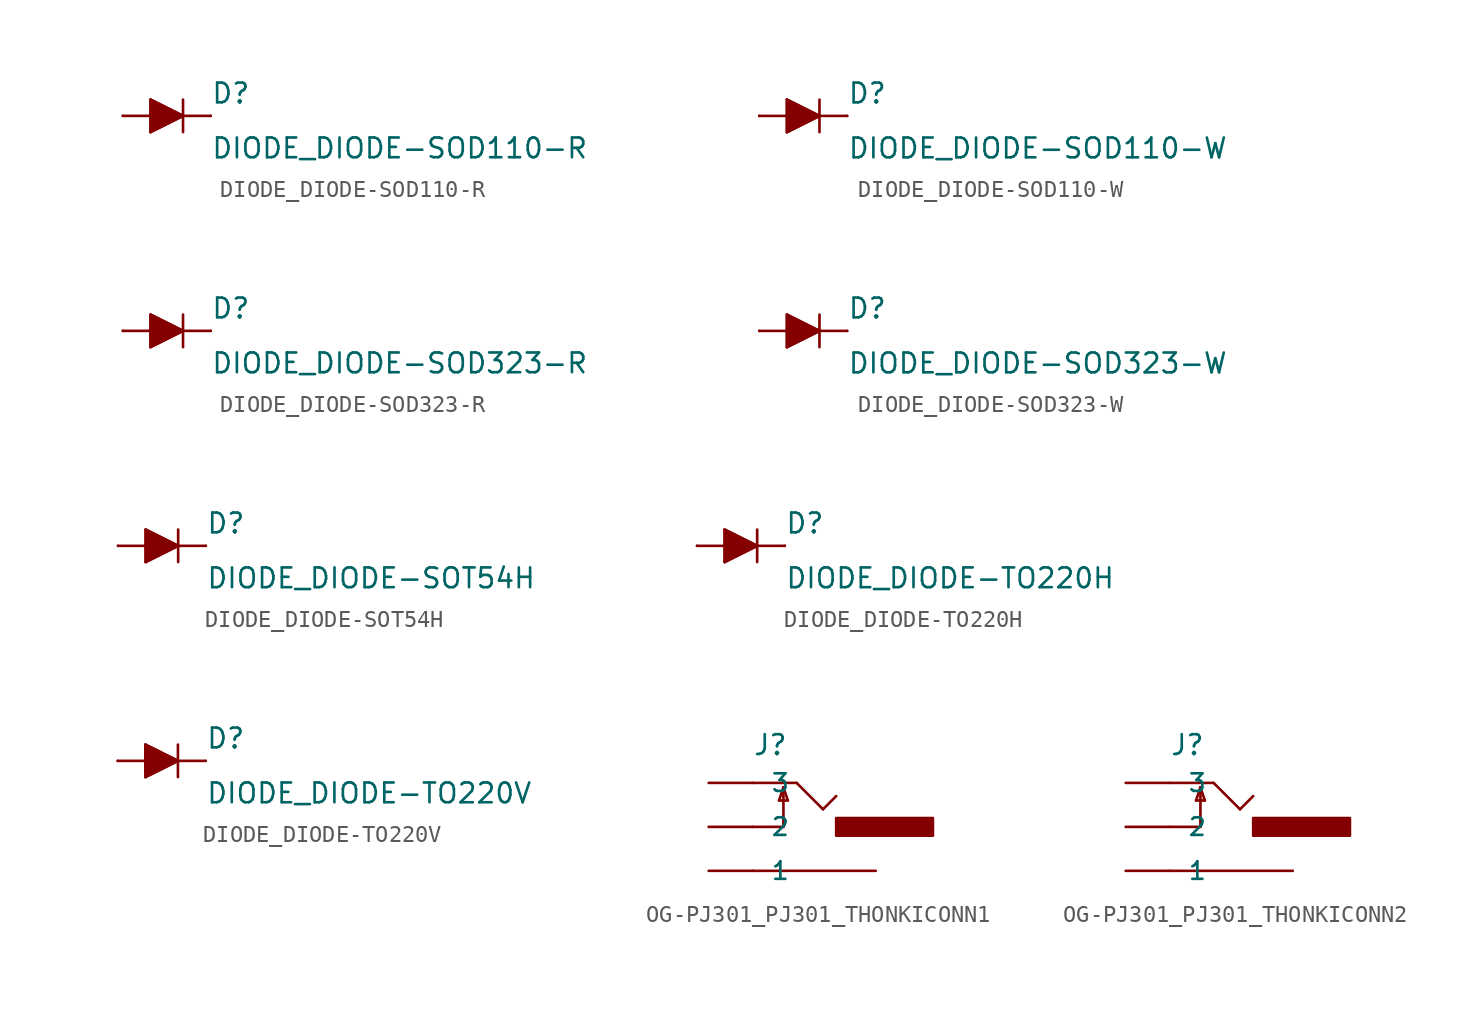
<source format=kicad_sym>
(kicad_symbol_lib
  (version 20210619)
  (generator kicad_symbol_editor)
  (symbol "DIODE_DIODE-SOD110-R"
    (pin_numbers hide)
    (pin_names
      (offset 1.016) hide)
    (property "Reference" "D"
      (at 2.54 0.635 0)
      (effects (font (size 1.143 1.143)) (justify left bottom)))
    (property "Value" "DIODE_DIODE-SOD110-R"
      (at 2.54 -2.54 0)
      (effects (font (size 1.143 1.143)) (justify left bottom)))
    (property "ki_locked" ""
      (at 0 0 0)
      (effects (font (size 1.27 1.27))))
    (symbol "DIODE_DIODE-SOD110-R_1_0"
      (polyline (pts (xy -0.94 -0.94) (xy 0.94 0)) (stroke (width 0)) (fill (type none)))
      (polyline (pts (xy -0.94 0) (xy -2.54 0)) (stroke (width 0)) (fill (type none)))
      (polyline (pts (xy -0.94 0) (xy -0.94 -0.94)) (stroke (width 0)) (fill (type none)))
      (polyline (pts (xy -0.94 0.94) (xy -0.94 0)) (stroke (width 0)) (fill (type none)))
      (polyline (pts (xy 0.94 0) (xy -0.94 0.94)) (stroke (width 0)) (fill (type none)))
      (polyline (pts (xy 0.94 0) (xy 0.94 -0.94)) (stroke (width 0)) (fill (type none)))
      (polyline (pts (xy 0.94 0) (xy 2.54 0)) (stroke (width 0)) (fill (type none)))
      (polyline (pts (xy 0.94 0.94) (xy 0.94 0)) (stroke (width 0)) (fill (type none))))
    (symbol "DIODE_DIODE-SOD110-R_1_1"
      (polyline (pts (xy -0.94 0.94) (xy 0.94 0) (xy 0.94 0) (xy -0.94 -0.94) (xy -0.94 -0.94) (xy -0.94 0.94)) (stroke (width 0)) (fill (type outline)))
      (pin passive line (at -2.54 0 0) (length 0) (name "A" (effects (font (size 1.016 1.016)))) (number "A" (effects (font (size 1.016 1.016)))))
      (pin passive line (at 2.54 0 180) (length 0) (name "C" (effects (font (size 1.016 1.016)))) (number "C" (effects (font (size 1.016 1.016)))))))
  (symbol "DIODE_DIODE-SOD110-W"
    (pin_numbers hide)
    (pin_names
      (offset 1.016) hide)
    (property "Reference" "D"
      (at 2.54 0.635 0)
      (effects (font (size 1.143 1.143)) (justify left bottom)))
    (property "Value" "DIODE_DIODE-SOD110-W"
      (at 2.54 -2.54 0)
      (effects (font (size 1.143 1.143)) (justify left bottom)))
    (property "ki_locked" ""
      (at 0 0 0)
      (effects (font (size 1.27 1.27))))
    (symbol "DIODE_DIODE-SOD110-W_1_0"
      (polyline (pts (xy -0.94 -0.94) (xy 0.94 0)) (stroke (width 0)) (fill (type none)))
      (polyline (pts (xy -0.94 0) (xy -2.54 0)) (stroke (width 0)) (fill (type none)))
      (polyline (pts (xy -0.94 0) (xy -0.94 -0.94)) (stroke (width 0)) (fill (type none)))
      (polyline (pts (xy -0.94 0.94) (xy -0.94 0)) (stroke (width 0)) (fill (type none)))
      (polyline (pts (xy 0.94 0) (xy -0.94 0.94)) (stroke (width 0)) (fill (type none)))
      (polyline (pts (xy 0.94 0) (xy 0.94 -0.94)) (stroke (width 0)) (fill (type none)))
      (polyline (pts (xy 0.94 0) (xy 2.54 0)) (stroke (width 0)) (fill (type none)))
      (polyline (pts (xy 0.94 0.94) (xy 0.94 0)) (stroke (width 0)) (fill (type none))))
    (symbol "DIODE_DIODE-SOD110-W_1_1"
      (polyline (pts (xy -0.94 0.94) (xy 0.94 0) (xy 0.94 0) (xy -0.94 -0.94) (xy -0.94 -0.94) (xy -0.94 0.94)) (stroke (width 0)) (fill (type outline)))
      (pin passive line (at -2.54 0 0) (length 0) (name "A" (effects (font (size 1.016 1.016)))) (number "A" (effects (font (size 1.016 1.016)))))
      (pin passive line (at 2.54 0 180) (length 0) (name "C" (effects (font (size 1.016 1.016)))) (number "C" (effects (font (size 1.016 1.016)))))))
  (symbol "DIODE_DIODE-SOD323-R"
    (pin_numbers hide)
    (pin_names
      (offset 1.016) hide)
    (property "Reference" "D"
      (at 2.54 0.635 0)
      (effects (font (size 1.143 1.143)) (justify left bottom)))
    (property "Value" "DIODE_DIODE-SOD323-R"
      (at 2.54 -2.54 0)
      (effects (font (size 1.143 1.143)) (justify left bottom)))
    (property "ki_locked" ""
      (at 0 0 0)
      (effects (font (size 1.27 1.27))))
    (symbol "DIODE_DIODE-SOD323-R_1_0"
      (polyline (pts (xy -0.94 -0.94) (xy 0.94 0)) (stroke (width 0)) (fill (type none)))
      (polyline (pts (xy -0.94 0) (xy -2.54 0)) (stroke (width 0)) (fill (type none)))
      (polyline (pts (xy -0.94 0) (xy -0.94 -0.94)) (stroke (width 0)) (fill (type none)))
      (polyline (pts (xy -0.94 0.94) (xy -0.94 0)) (stroke (width 0)) (fill (type none)))
      (polyline (pts (xy 0.94 0) (xy -0.94 0.94)) (stroke (width 0)) (fill (type none)))
      (polyline (pts (xy 0.94 0) (xy 0.94 -0.94)) (stroke (width 0)) (fill (type none)))
      (polyline (pts (xy 0.94 0) (xy 2.54 0)) (stroke (width 0)) (fill (type none)))
      (polyline (pts (xy 0.94 0.94) (xy 0.94 0)) (stroke (width 0)) (fill (type none))))
    (symbol "DIODE_DIODE-SOD323-R_1_1"
      (polyline (pts (xy -0.94 0.94) (xy 0.94 0) (xy 0.94 0) (xy -0.94 -0.94) (xy -0.94 -0.94) (xy -0.94 0.94)) (stroke (width 0)) (fill (type outline)))
      (pin passive line (at -2.54 0 0) (length 0) (name "A" (effects (font (size 1.016 1.016)))) (number "A" (effects (font (size 1.016 1.016)))))
      (pin passive line (at 2.54 0 180) (length 0) (name "C" (effects (font (size 1.016 1.016)))) (number "C" (effects (font (size 1.016 1.016)))))))
  (symbol "DIODE_DIODE-SOD323-W"
    (pin_numbers hide)
    (pin_names
      (offset 1.016) hide)
    (property "Reference" "D"
      (at 2.54 0.635 0)
      (effects (font (size 1.143 1.143)) (justify left bottom)))
    (property "Value" "DIODE_DIODE-SOD323-W"
      (at 2.54 -2.54 0)
      (effects (font (size 1.143 1.143)) (justify left bottom)))
    (property "ki_locked" ""
      (at 0 0 0)
      (effects (font (size 1.27 1.27))))
    (symbol "DIODE_DIODE-SOD323-W_1_0"
      (polyline (pts (xy -0.94 -0.94) (xy 0.94 0)) (stroke (width 0)) (fill (type none)))
      (polyline (pts (xy -0.94 0) (xy -2.54 0)) (stroke (width 0)) (fill (type none)))
      (polyline (pts (xy -0.94 0) (xy -0.94 -0.94)) (stroke (width 0)) (fill (type none)))
      (polyline (pts (xy -0.94 0.94) (xy -0.94 0)) (stroke (width 0)) (fill (type none)))
      (polyline (pts (xy 0.94 0) (xy -0.94 0.94)) (stroke (width 0)) (fill (type none)))
      (polyline (pts (xy 0.94 0) (xy 0.94 -0.94)) (stroke (width 0)) (fill (type none)))
      (polyline (pts (xy 0.94 0) (xy 2.54 0)) (stroke (width 0)) (fill (type none)))
      (polyline (pts (xy 0.94 0.94) (xy 0.94 0)) (stroke (width 0)) (fill (type none))))
    (symbol "DIODE_DIODE-SOD323-W_1_1"
      (polyline (pts (xy -0.94 0.94) (xy 0.94 0) (xy 0.94 0) (xy -0.94 -0.94) (xy -0.94 -0.94) (xy -0.94 0.94)) (stroke (width 0)) (fill (type outline)))
      (pin passive line (at -2.54 0 0) (length 0) (name "A" (effects (font (size 1.016 1.016)))) (number "A" (effects (font (size 1.016 1.016)))))
      (pin passive line (at 2.54 0 180) (length 0) (name "C" (effects (font (size 1.016 1.016)))) (number "C" (effects (font (size 1.016 1.016)))))))
  (symbol "DIODE_DIODE-SOT54H"
    (pin_numbers hide)
    (pin_names
      (offset 1.016) hide)
    (property "Reference" "D"
      (at 2.54 0.635 0)
      (effects (font (size 1.143 1.143)) (justify left bottom)))
    (property "Value" "DIODE_DIODE-SOT54H"
      (at 2.54 -2.54 0)
      (effects (font (size 1.143 1.143)) (justify left bottom)))
    (property "ki_locked" ""
      (at 0 0 0)
      (effects (font (size 1.27 1.27))))
    (symbol "DIODE_DIODE-SOT54H_1_0"
      (polyline (pts (xy -0.94 -0.94) (xy 0.94 0)) (stroke (width 0)) (fill (type none)))
      (polyline (pts (xy -0.94 0) (xy -2.54 0)) (stroke (width 0)) (fill (type none)))
      (polyline (pts (xy -0.94 0) (xy -0.94 -0.94)) (stroke (width 0)) (fill (type none)))
      (polyline (pts (xy -0.94 0.94) (xy -0.94 0)) (stroke (width 0)) (fill (type none)))
      (polyline (pts (xy 0.94 0) (xy -0.94 0.94)) (stroke (width 0)) (fill (type none)))
      (polyline (pts (xy 0.94 0) (xy 0.94 -0.94)) (stroke (width 0)) (fill (type none)))
      (polyline (pts (xy 0.94 0) (xy 2.54 0)) (stroke (width 0)) (fill (type none)))
      (polyline (pts (xy 0.94 0.94) (xy 0.94 0)) (stroke (width 0)) (fill (type none))))
    (symbol "DIODE_DIODE-SOT54H_1_1"
      (polyline (pts (xy -0.94 0.94) (xy 0.94 0) (xy 0.94 0) (xy -0.94 -0.94) (xy -0.94 -0.94) (xy -0.94 0.94)) (stroke (width 0)) (fill (type outline)))
      (pin passive line (at -2.54 0 0) (length 0) (name "A" (effects (font (size 1.016 1.016)))) (number "A" (effects (font (size 1.016 1.016)))))
      (pin passive line (at 2.54 0 180) (length 0) (name "C" (effects (font (size 1.016 1.016)))) (number "C" (effects (font (size 1.016 1.016)))))))
  (symbol "DIODE_DIODE-TO220H"
    (pin_numbers hide)
    (pin_names
      (offset 1.016) hide)
    (property "Reference" "D"
      (at 2.54 0.635 0)
      (effects (font (size 1.143 1.143)) (justify left bottom)))
    (property "Value" "DIODE_DIODE-TO220H"
      (at 2.54 -2.54 0)
      (effects (font (size 1.143 1.143)) (justify left bottom)))
    (property "ki_locked" ""
      (at 0 0 0)
      (effects (font (size 1.27 1.27))))
    (symbol "DIODE_DIODE-TO220H_1_0"
      (polyline (pts (xy -0.94 -0.94) (xy 0.94 0)) (stroke (width 0)) (fill (type none)))
      (polyline (pts (xy -0.94 0) (xy -2.54 0)) (stroke (width 0)) (fill (type none)))
      (polyline (pts (xy -0.94 0) (xy -0.94 -0.94)) (stroke (width 0)) (fill (type none)))
      (polyline (pts (xy -0.94 0.94) (xy -0.94 0)) (stroke (width 0)) (fill (type none)))
      (polyline (pts (xy 0.94 0) (xy -0.94 0.94)) (stroke (width 0)) (fill (type none)))
      (polyline (pts (xy 0.94 0) (xy 0.94 -0.94)) (stroke (width 0)) (fill (type none)))
      (polyline (pts (xy 0.94 0) (xy 2.54 0)) (stroke (width 0)) (fill (type none)))
      (polyline (pts (xy 0.94 0.94) (xy 0.94 0)) (stroke (width 0)) (fill (type none))))
    (symbol "DIODE_DIODE-TO220H_1_1"
      (polyline (pts (xy -0.94 0.94) (xy 0.94 0) (xy 0.94 0) (xy -0.94 -0.94) (xy -0.94 -0.94) (xy -0.94 0.94)) (stroke (width 0)) (fill (type outline)))
      (pin passive line (at -2.54 0 0) (length 0) (name "A" (effects (font (size 1.016 1.016)))) (number "A" (effects (font (size 1.016 1.016)))))
      (pin passive line (at 2.54 0 180) (length 0) (name "C" (effects (font (size 1.016 1.016)))) (number "C" (effects (font (size 1.016 1.016)))))))
  (symbol "DIODE_DIODE-TO220V"
    (pin_numbers hide)
    (pin_names
      (offset 1.016) hide)
    (property "Reference" "D"
      (at 2.54 0.635 0)
      (effects (font (size 1.143 1.143)) (justify left bottom)))
    (property "Value" "DIODE_DIODE-TO220V"
      (at 2.54 -2.54 0)
      (effects (font (size 1.143 1.143)) (justify left bottom)))
    (property "ki_locked" ""
      (at 0 0 0)
      (effects (font (size 1.27 1.27))))
    (symbol "DIODE_DIODE-TO220V_1_0"
      (polyline (pts (xy -0.94 -0.94) (xy 0.94 0)) (stroke (width 0)) (fill (type none)))
      (polyline (pts (xy -0.94 0) (xy -2.54 0)) (stroke (width 0)) (fill (type none)))
      (polyline (pts (xy -0.94 0) (xy -0.94 -0.94)) (stroke (width 0)) (fill (type none)))
      (polyline (pts (xy -0.94 0.94) (xy -0.94 0)) (stroke (width 0)) (fill (type none)))
      (polyline (pts (xy 0.94 0) (xy -0.94 0.94)) (stroke (width 0)) (fill (type none)))
      (polyline (pts (xy 0.94 0) (xy 0.94 -0.94)) (stroke (width 0)) (fill (type none)))
      (polyline (pts (xy 0.94 0) (xy 2.54 0)) (stroke (width 0)) (fill (type none)))
      (polyline (pts (xy 0.94 0.94) (xy 0.94 0)) (stroke (width 0)) (fill (type none))))
    (symbol "DIODE_DIODE-TO220V_1_1"
      (polyline (pts (xy -0.94 0.94) (xy 0.94 0) (xy 0.94 0) (xy -0.94 -0.94) (xy -0.94 -0.94) (xy -0.94 0.94)) (stroke (width 0)) (fill (type outline)))
      (pin passive line (at -2.54 0 0) (length 0) (name "A" (effects (font (size 1.016 1.016)))) (number "A" (effects (font (size 1.016 1.016)))))
      (pin passive line (at 2.54 0 180) (length 0) (name "C" (effects (font (size 1.016 1.016)))) (number "C" (effects (font (size 1.016 1.016)))))))
  (symbol "OG-PJ301_PJ301_THONKICONN1"
    (pin_numbers hide)
    (pin_names
      (offset 1.016))
    (property "Reference" "J"
      (at -2.54 4.064 0)
      (effects (font (size 1.143 1.143)) (justify left bottom)))
    (property "ki_locked" ""
      (at 0 0 0)
      (effects (font (size 1.27 1.27))))
    (symbol "OG-PJ301_PJ301_THONKICONN1_1_0"
      (polyline (pts (xy -2.54 -2.54) (xy 4.572 -2.54)) (stroke (width 0)) (fill (type none)))
      (polyline (pts (xy -2.54 0) (xy -0.762 0)) (stroke (width 0)) (fill (type none)))
      (polyline (pts (xy -2.54 2.54) (xy 0 2.54)) (stroke (width 0)) (fill (type none)))
      (polyline (pts (xy -1.016 1.524) (xy -0.508 1.524)) (stroke (width 0)) (fill (type none)))
      (polyline (pts (xy -0.762 0) (xy -0.762 2.286)) (stroke (width 0)) (fill (type none)))
      (polyline (pts (xy -0.762 2.286) (xy -1.016 1.524)) (stroke (width 0)) (fill (type none)))
      (polyline (pts (xy -0.508 1.524) (xy -0.762 2.286)) (stroke (width 0)) (fill (type none)))
      (polyline (pts (xy 0 2.54) (xy 1.524 1.016)) (stroke (width 0)) (fill (type none)))
      (polyline (pts (xy 1.524 1.016) (xy 2.286 1.778)) (stroke (width 0)) (fill (type none))))
    (symbol "OG-PJ301_PJ301_THONKICONN1_1_1"
      (rectangle (start 2.286 -0.508) (end 7.874 0.508) (stroke (width 0)) (fill (type outline)))
      (pin passive line (at -5.08 -2.54 0) (length 2.54) (name "1" (effects (font (size 1.016 1.016)))) (number "P1" (effects (font (size 1.016 1.016)))))
      (pin passive line (at -5.08 0 0) (length 2.54) (name "2" (effects (font (size 1.016 1.016)))) (number "P2" (effects (font (size 1.016 1.016)))))
      (pin passive line (at -5.08 2.54 0) (length 2.54) (name "3" (effects (font (size 1.016 1.016)))) (number "P3" (effects (font (size 1.016 1.016)))))))
  (symbol "OG-PJ301_PJ301_THONKICONN2"
    (pin_numbers hide)
    (pin_names
      (offset 1.016))
    (property "Reference" "J"
      (at -2.54 4.064 0)
      (effects (font (size 1.143 1.143)) (justify left bottom)))
    (property "ki_locked" ""
      (at 0 0 0)
      (effects (font (size 1.27 1.27))))
    (symbol "OG-PJ301_PJ301_THONKICONN2_1_0"
      (polyline (pts (xy -2.54 -2.54) (xy 4.572 -2.54)) (stroke (width 0)) (fill (type none)))
      (polyline (pts (xy -2.54 0) (xy -0.762 0)) (stroke (width 0)) (fill (type none)))
      (polyline (pts (xy -2.54 2.54) (xy 0 2.54)) (stroke (width 0)) (fill (type none)))
      (polyline (pts (xy -1.016 1.524) (xy -0.508 1.524)) (stroke (width 0)) (fill (type none)))
      (polyline (pts (xy -0.762 0) (xy -0.762 2.286)) (stroke (width 0)) (fill (type none)))
      (polyline (pts (xy -0.762 2.286) (xy -1.016 1.524)) (stroke (width 0)) (fill (type none)))
      (polyline (pts (xy -0.508 1.524) (xy -0.762 2.286)) (stroke (width 0)) (fill (type none)))
      (polyline (pts (xy 0 2.54) (xy 1.524 1.016)) (stroke (width 0)) (fill (type none)))
      (polyline (pts (xy 1.524 1.016) (xy 2.286 1.778)) (stroke (width 0)) (fill (type none))))
    (symbol "OG-PJ301_PJ301_THONKICONN2_1_1"
      (rectangle (start 2.286 -0.508) (end 7.874 0.508) (stroke (width 0)) (fill (type outline)))
      (pin passive line (at -5.08 -2.54 0) (length 2.54) (name "1" (effects (font (size 1.016 1.016)))) (number "P1" (effects (font (size 1.016 1.016)))))
      (pin passive line (at -5.08 0 0) (length 2.54) (name "2" (effects (font (size 1.016 1.016)))) (number "P2" (effects (font (size 1.016 1.016)))))
      (pin passive line (at -5.08 2.54 0) (length 2.54) (name "3" (effects (font (size 1.016 1.016)))) (number "P3" (effects (font (size 1.016 1.016))))))))
</source>
